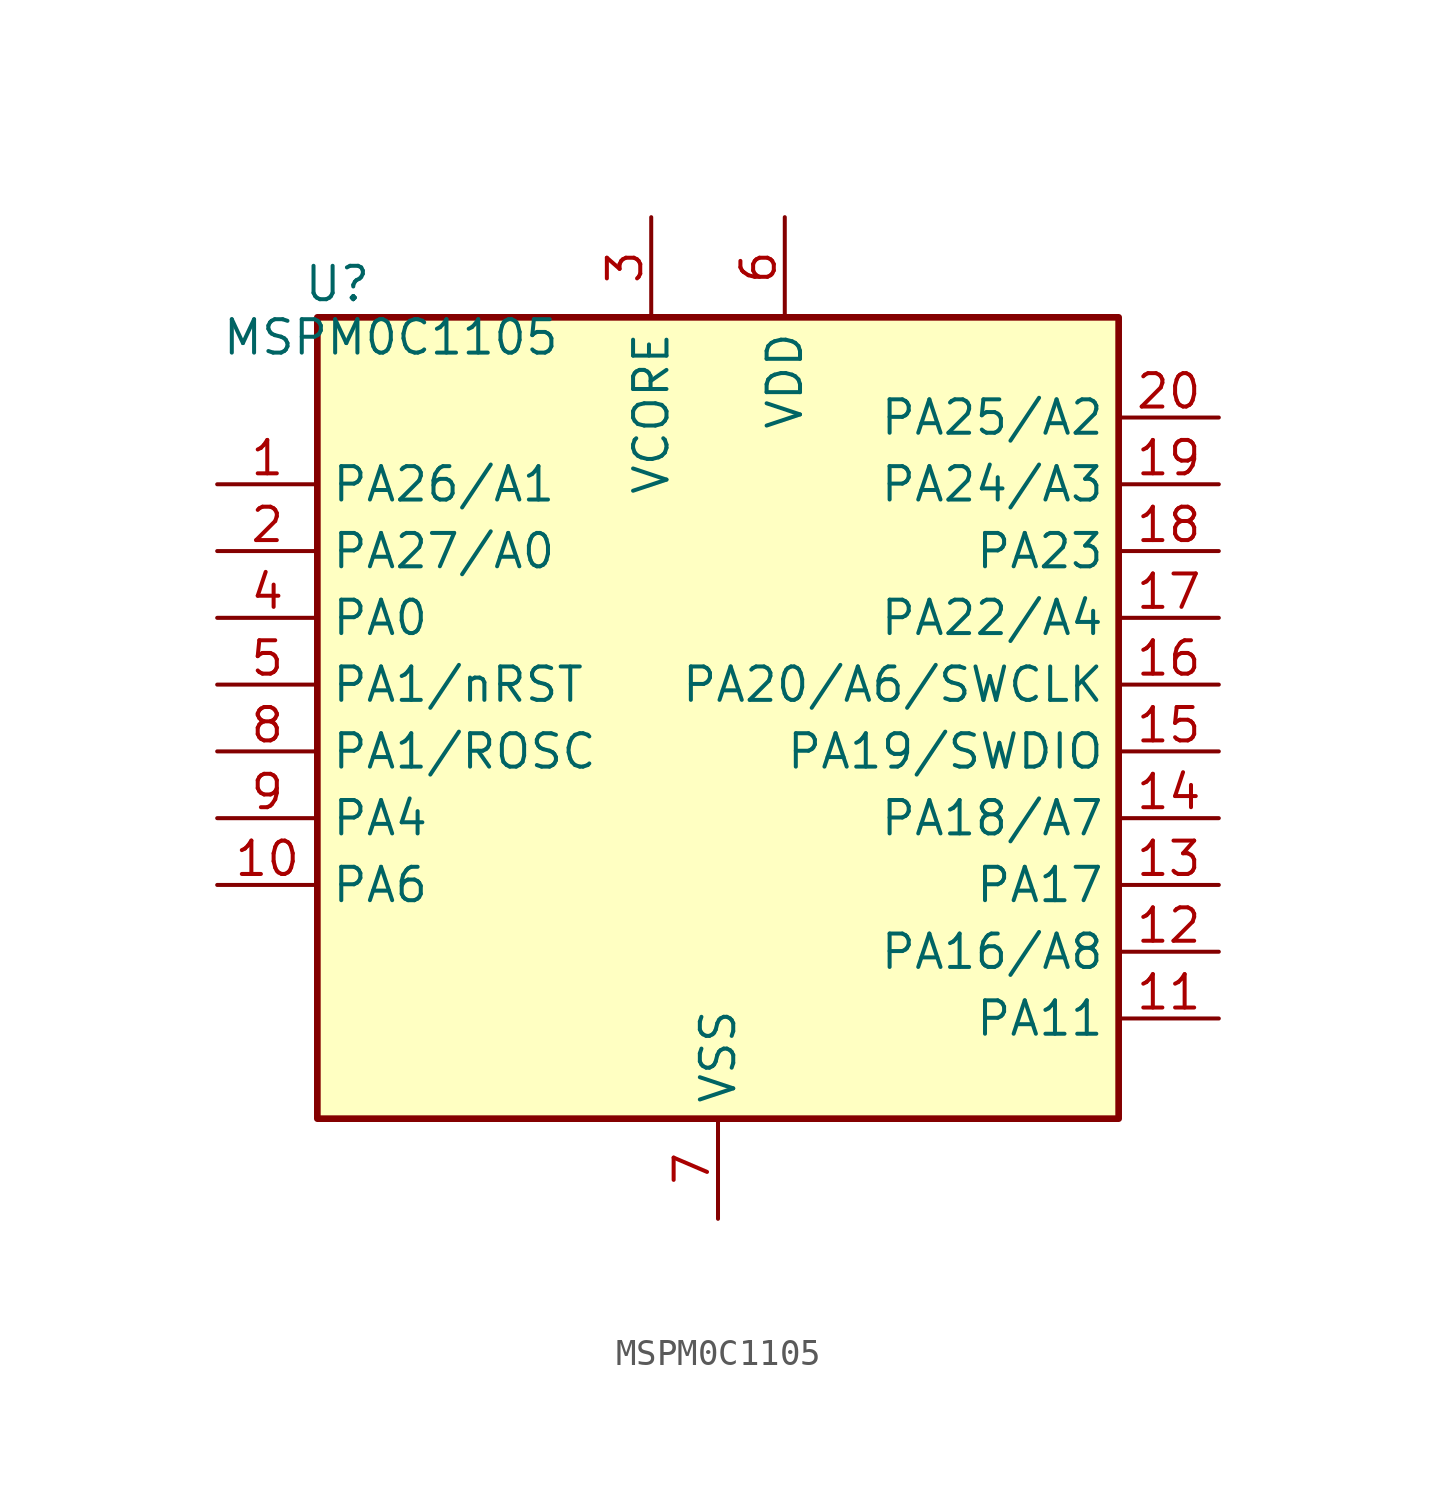
<source format=kicad_sym>
(kicad_symbol_lib
  (version 20231120)
  (generator "kicad_symbol_editor")
  (generator_version "8.0")
  (symbol "MSPM0C1105"
    (property "Reference" "U"
      (at -14.478 16.51 0)
      (effects (font (size 1.27 1.27))))
    (property "Value" "MSPM0C1105"
      (at -12.446 14.478 0)
      (effects (font (size 1.27 1.27))))
    (symbol "MSPM0C1105_0_1"
      (rectangle (start -15.24 15.24) (end 15.24 -15.24) (stroke (width 0.254) (type default)) (fill (type background))))
    (symbol "MSPM0C1105_1_1"
      (pin bidirectional line (at -19.05 8.89 0) (length 3.81) (name "PA26/A1" (effects (font (size 1.27 1.27)))) (number "1" (effects (font (size 1.27 1.27)))))
      (pin bidirectional line (at -19.05 -6.35 0) (length 3.81) (name "PA6" (effects (font (size 1.27 1.27)))) (number "10" (effects (font (size 1.27 1.27)))))
      (pin bidirectional line (at 19.05 -11.43 180) (length 3.81) (name "PA11" (effects (font (size 1.27 1.27)))) (number "11" (effects (font (size 1.27 1.27)))))
      (pin bidirectional line (at 19.05 -8.89 180) (length 3.81) (name "PA16/A8" (effects (font (size 1.27 1.27)))) (number "12" (effects (font (size 1.27 1.27)))))
      (pin bidirectional line (at 19.05 -6.35 180) (length 3.81) (name "PA17" (effects (font (size 1.27 1.27)))) (number "13" (effects (font (size 1.27 1.27)))))
      (pin bidirectional line (at 19.05 -3.81 180) (length 3.81) (name "PA18/A7" (effects (font (size 1.27 1.27)))) (number "14" (effects (font (size 1.27 1.27)))))
      (pin bidirectional line (at 19.05 -1.27 180) (length 3.81) (name "PA19/SWDIO" (effects (font (size 1.27 1.27)))) (number "15" (effects (font (size 1.27 1.27)))) (alternate "High Speed" bidirectional line))
      (pin bidirectional line (at 19.05 1.27 180) (length 3.81) (name "PA20/A6/SWCLK" (effects (font (size 1.27 1.27)))) (number "16" (effects (font (size 1.27 1.27)))))
      (pin bidirectional line (at 19.05 3.81 180) (length 3.81) (name "PA22/A4" (effects (font (size 1.27 1.27)))) (number "17" (effects (font (size 1.27 1.27)))))
      (pin bidirectional line (at 19.05 6.35 180) (length 3.81) (name "PA23" (effects (font (size 1.27 1.27)))) (number "18" (effects (font (size 1.27 1.27)))))
      (pin bidirectional line (at 19.05 8.89 180) (length 3.81) (name "PA24/A3" (effects (font (size 1.27 1.27)))) (number "19" (effects (font (size 1.27 1.27)))))
      (pin bidirectional line (at -19.05 6.35 0) (length 3.81) (name "PA27/A0" (effects (font (size 1.27 1.27)))) (number "2" (effects (font (size 1.27 1.27)))))
      (pin bidirectional line (at 19.05 11.43 180) (length 3.81) (name "PA25/A2" (effects (font (size 1.27 1.27)))) (number "20" (effects (font (size 1.27 1.27)))))
      (pin power_in line (at -2.54 19.05 270) (length 3.81) (name "VCORE" (effects (font (size 1.27 1.27)))) (number "3" (effects (font (size 1.27 1.27)))))
      (pin open_collector line (at -19.05 3.81 0) (length 3.81) (name "PA0" (effects (font (size 1.27 1.27)))) (number "4" (effects (font (size 1.27 1.27)))))
      (pin open_collector line (at -19.05 1.27 0) (length 3.81) (name "PA1/nRST" (effects (font (size 1.27 1.27)))) (number "5" (effects (font (size 1.27 1.27)))))
      (pin power_in line (at 2.54 19.05 270) (length 3.81) (name "VDD" (effects (font (size 1.27 1.27)))) (number "6" (effects (font (size 1.27 1.27)))))
      (pin power_in line (at 0 -19.05 90) (length 3.81) (name "VSS" (effects (font (size 1.27 1.27)))) (number "7" (effects (font (size 1.27 1.27)))))
      (pin bidirectional line (at -19.05 -1.27 0) (length 3.81) (name "PA1/ROSC" (effects (font (size 1.27 1.27)))) (number "8" (effects (font (size 1.27 1.27)))))
      (pin bidirectional line (at -19.05 -3.81 0) (length 3.81) (name "PA4" (effects (font (size 1.27 1.27)))) (number "9" (effects (font (size 1.27 1.27))))))))
</source>
